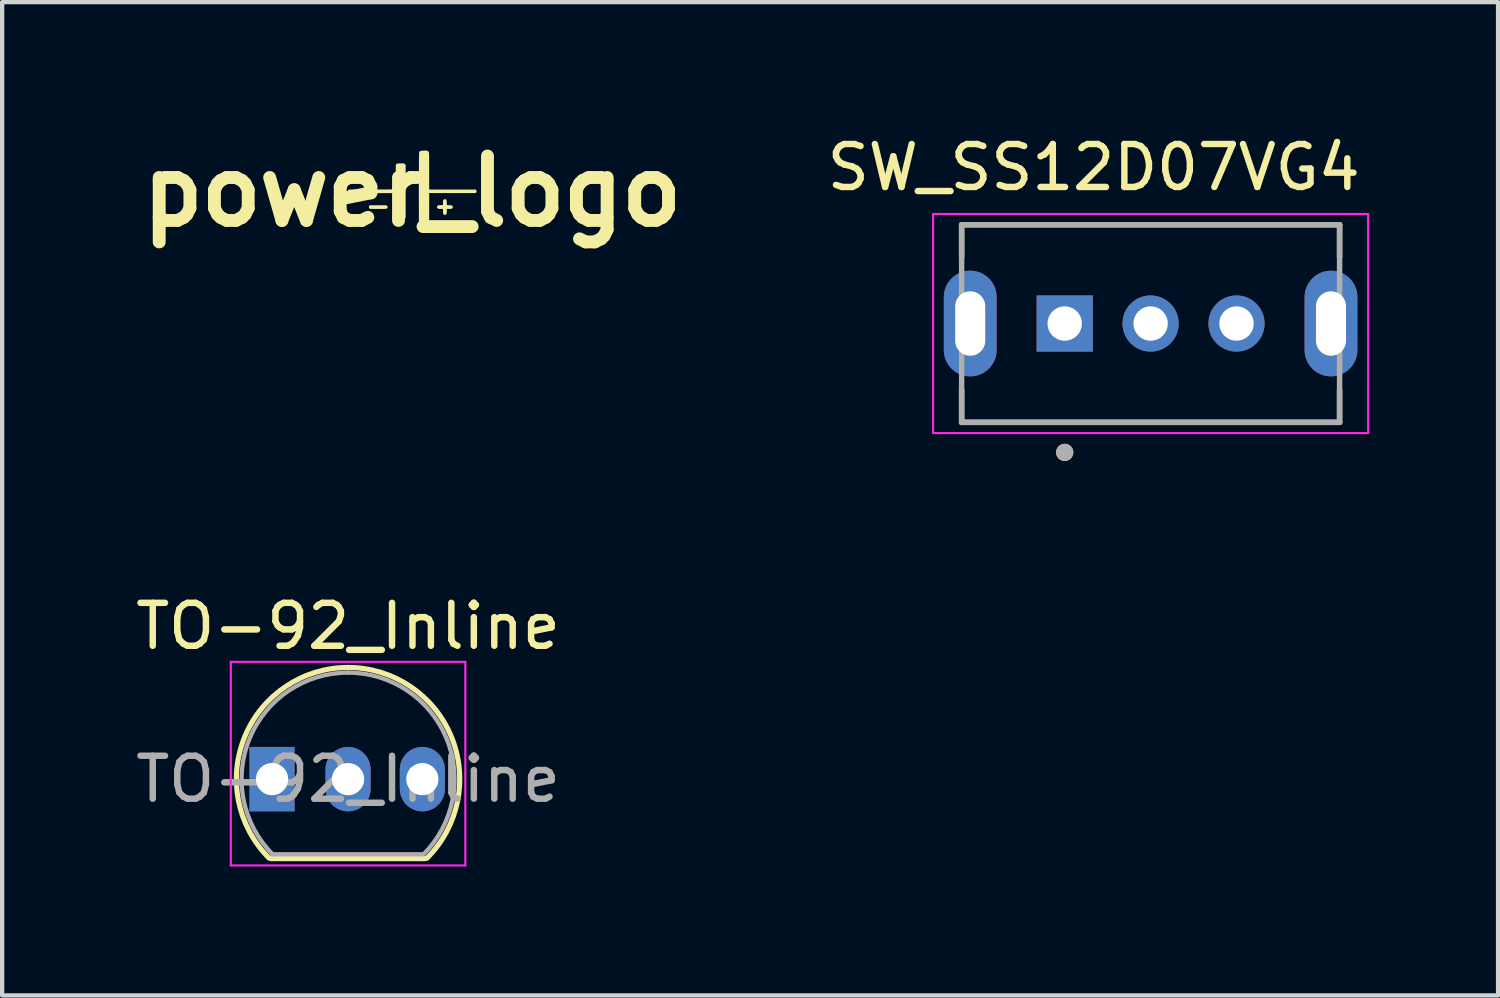
<source format=kicad_pcb>
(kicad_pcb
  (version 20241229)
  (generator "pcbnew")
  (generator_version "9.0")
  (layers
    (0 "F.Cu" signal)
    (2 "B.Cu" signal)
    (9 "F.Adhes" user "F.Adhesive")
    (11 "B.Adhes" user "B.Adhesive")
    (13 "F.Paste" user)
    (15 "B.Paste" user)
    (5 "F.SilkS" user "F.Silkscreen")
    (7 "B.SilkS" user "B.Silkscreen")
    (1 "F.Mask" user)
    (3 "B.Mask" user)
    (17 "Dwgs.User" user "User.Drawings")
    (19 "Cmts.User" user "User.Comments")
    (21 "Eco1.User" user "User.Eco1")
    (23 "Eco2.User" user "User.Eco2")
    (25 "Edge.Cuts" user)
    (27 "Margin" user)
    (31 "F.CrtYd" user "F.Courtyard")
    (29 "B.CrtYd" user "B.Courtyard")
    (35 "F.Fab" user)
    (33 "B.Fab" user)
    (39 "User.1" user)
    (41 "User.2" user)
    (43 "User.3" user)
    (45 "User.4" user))
  (footprint "TO-92_Inline"
    (layer "F.Cu")
    (at 3.784 15.091)
    (property "Reference" "TO-92_Inline" (at 1.27 -3.56 0) (layer "F.SilkS") (effects (font (size 1 1) (thickness 0.15))))
    (attr through_hole)
    (fp_line (start -0.53 1.85) (end 3.07 1.85) (stroke (width 0.12) (type solid)) (layer "F.SilkS"))
    (fp_arc (start -0.568478 1.838478) (mid -1.132087 -0.994977) (end 1.27 -2.6) (stroke (width 0.12) (type solid)) (layer "F.SilkS"))
    (fp_arc (start 1.27 -2.6) (mid 3.672087 -0.994977) (end 3.108478 1.838478) (stroke (width 0.12) (type solid)) (layer "F.SilkS"))
    (fp_line (start -1.46 -2.73) (end -1.46 2.01) (stroke (width 0.05) (type solid)) (layer "F.CrtYd"))
    (fp_line (start -1.46 -2.73) (end 4 -2.73) (stroke (width 0.05) (type solid)) (layer "F.CrtYd"))
    (fp_line (start 4 2.01) (end -1.46 2.01) (stroke (width 0.05) (type solid)) (layer "F.CrtYd"))
    (fp_line (start 4 2.01) (end 4 -2.73) (stroke (width 0.05) (type solid)) (layer "F.CrtYd"))
    (fp_line (start -0.5 1.75) (end 3 1.75) (stroke (width 0.1) (type solid)) (layer "F.Fab"))
    (fp_arc (start -0.483625 1.753625) (mid -1.021221 -0.949055) (end 1.27 -2.48) (stroke (width 0.1) (type solid)) (layer "F.Fab"))
    (fp_arc (start 1.27 -2.48) (mid 3.561221 -0.949055) (end 3.023625 1.753625) (stroke (width 0.1) (type solid)) (layer "F.Fab"))
    (fp_text user "${REFERENCE}" (at 1.27 0 0) (layer "F.Fab") (effects (font (size 1 1) (thickness 0.15))))
    (pad "1" thru_hole rect (at -0.5 0) (size 1.05 1.5) (drill 0.75) (layers "*.Cu" "*.Mask"))
    (pad "2" thru_hole oval (at 1.27 0) (size 1.05 1.5) (drill 0.75) (layers "*.Cu" "*.Mask"))
    (pad "3" thru_hole oval (at 3 0) (size 1.05 1.5) (drill 0.75) (layers "*.Cu" "*.Mask")))
  (footprint "power_logo"
    (layer "F.Cu")
    (at 6.55 1.404)
    (property "Reference" "power_logo" (at 0 0 0) (layer "F.SilkS") (effects (font (size 1.5 1.5) (thickness 0.3))))
    (attr board_only exclude_from_pos_files exclude_from_bom)
    (fp_poly (pts (xy -0.742 0.325) (xy -0.699 0.325) (xy -0.665 0.326) (xy -0.64 0.326) (xy -0.621 0.327) (xy -0.608 0.328) (xy -0.599 0.33) (xy -0.592 0.332) (xy -0.588 0.335) (xy -0.587 0.336) (xy -0.576 0.353) (xy -0.575 0.373) (xy -0.583 0.391) (xy -0.59 0.398) (xy -0.594 0.401) (xy -0.6 0.404) (xy -0.607 0.406) (xy -0.618 0.408) (xy -0.634 0.409) (xy -0.655 0.41) (xy -0.684 0.41) (xy -0.721 0.41) (xy -0.768 0.41) (xy -0.795 0.41) (xy -0.985 0.41) (xy -1 0.396) (xy -1.012 0.377) (xy -1.012 0.357) (xy -1.003 0.339) (xy -0.991 0.325) (xy -0.795 0.325)) (stroke (width 0) (type solid)) (fill yes) (layer "F.SilkS"))
    (fp_poly (pts (xy -0.175 -0.634) (xy -0.155 -0.616) (xy -0.155 0) (xy -0.155 0.616) (xy -0.174 0.633) (xy -0.183 0.64) (xy -0.19 0.645) (xy -0.2 0.648) (xy -0.213 0.65) (xy -0.233 0.65) (xy -0.263 0.65) (xy -0.268 0.65) (xy -0.298 0.65) (xy -0.324 0.649) (xy -0.343 0.647) (xy -0.354 0.645) (xy -0.355 0.645) (xy -0.361 0.642) (xy -0.367 0.639) (xy -0.371 0.635) (xy -0.375 0.629) (xy -0.378 0.619) (xy -0.38 0.605) (xy -0.382 0.586) (xy -0.383 0.56) (xy -0.384 0.528) (xy -0.385 0.487) (xy -0.386 0.437) (xy -0.386 0.378) (xy -0.387 0.332) (xy -0.39 0.044) (xy -0.933 0.042) (xy -1.476 0.041) (xy -1.488 0.026) (xy -1.498 0.008) (xy -1.498 -0.009) (xy -1.488 -0.026) (xy -1.476 -0.041) (xy -0.933 -0.042) (xy -0.39 -0.044) (xy -0.387 -0.332) (xy -0.384 -0.621) (xy -0.371 -0.634) (xy -0.364 -0.64) (xy -0.357 -0.643) (xy -0.346 -0.646) (xy -0.33 -0.648) (xy -0.307 -0.649) (xy -0.276 -0.649) (xy -0.195 -0.651)) (stroke (width 0) (type solid)) (fill yes) (layer "F.SilkS"))
    (fp_poly (pts (xy 0.784 0.192) (xy 0.794 0.206) (xy 0.8 0.224) (xy 0.802 0.252) (xy 0.803 0.272) (xy 0.803 0.321) (xy 0.861 0.323) (xy 0.892 0.325) (xy 0.913 0.328) (xy 0.927 0.334) (xy 0.935 0.343) (xy 0.94 0.356) (xy 0.941 0.362) (xy 0.942 0.377) (xy 0.935 0.389) (xy 0.93 0.395) (xy 0.922 0.402) (xy 0.913 0.407) (xy 0.902 0.409) (xy 0.883 0.41) (xy 0.859 0.41) (xy 0.804 0.41) (xy 0.802 0.469) (xy 0.801 0.497) (xy 0.799 0.515) (xy 0.796 0.526) (xy 0.792 0.534) (xy 0.786 0.54) (xy 0.766 0.55) (xy 0.746 0.549) (xy 0.729 0.538) (xy 0.727 0.535) (xy 0.721 0.526) (xy 0.718 0.515) (xy 0.716 0.499) (xy 0.715 0.474) (xy 0.715 0.465) (xy 0.715 0.41) (xy 0.66 0.41) (xy 0.633 0.41) (xy 0.615 0.408) (xy 0.602 0.405) (xy 0.593 0.4) (xy 0.59 0.398) (xy 0.577 0.382) (xy 0.574 0.363) (xy 0.58 0.344) (xy 0.587 0.336) (xy 0.595 0.331) (xy 0.607 0.327) (xy 0.625 0.325) (xy 0.652 0.323) (xy 0.657 0.323) (xy 0.715 0.321) (xy 0.715 0.266) (xy 0.715 0.24) (xy 0.716 0.222) (xy 0.719 0.211) (xy 0.724 0.202) (xy 0.729 0.196) (xy 0.748 0.184) (xy 0.767 0.182)) (stroke (width 0) (type solid)) (fill yes) (layer "F.SilkS"))
    (fp_poly (pts (xy 0.328 -0.947) (xy 0.35 -0.943) (xy 0.366 -0.935) (xy 0.378 -0.924) (xy 0.381 -0.918) (xy 0.384 -0.914) (xy 0.385 -0.91) (xy 0.387 -0.903) (xy 0.388 -0.894) (xy 0.389 -0.882) (xy 0.39 -0.866) (xy 0.391 -0.845) (xy 0.392 -0.818) (xy 0.392 -0.785) (xy 0.392 -0.744) (xy 0.392 -0.695) (xy 0.393 -0.637) (xy 0.393 -0.569) (xy 0.393 -0.49) (xy 0.393 -0.47) (xy 0.393 -0.041) (xy 0.934 -0.041) (xy 1.476 -0.041) (xy 1.488 -0.026) (xy 1.498 -0.008) (xy 1.498 0.009) (xy 1.488 0.026) (xy 1.476 0.041) (xy 0.934 0.041) (xy 0.393 0.041) (xy 0.393 0.469) (xy 0.393 0.553) (xy 0.393 0.626) (xy 0.393 0.689) (xy 0.392 0.742) (xy 0.392 0.787) (xy 0.391 0.824) (xy 0.39 0.854) (xy 0.388 0.878) (xy 0.386 0.896) (xy 0.384 0.91) (xy 0.381 0.92) (xy 0.377 0.927) (xy 0.372 0.932) (xy 0.367 0.936) (xy 0.361 0.938) (xy 0.354 0.941) (xy 0.333 0.946) (xy 0.301 0.948) (xy 0.26 0.947) (xy 0.219 0.944) (xy 0.193 0.94) (xy 0.176 0.933) (xy 0.165 0.921) (xy 0.158 0.903) (xy 0.158 0.895) (xy 0.157 0.875) (xy 0.156 0.845) (xy 0.155 0.806) (xy 0.155 0.758) (xy 0.154 0.703) (xy 0.154 0.64) (xy 0.153 0.571) (xy 0.153 0.497) (xy 0.153 0.419) (xy 0.153 0.336) (xy 0.152 0.251) (xy 0.152 0.163) (xy 0.152 0.074) (xy 0.152 -0.016) (xy 0.152 -0.106) (xy 0.152 -0.195) (xy 0.153 -0.282) (xy 0.153 -0.366) (xy 0.153 -0.447) (xy 0.153 -0.525) (xy 0.154 -0.597) (xy 0.154 -0.663) (xy 0.155 -0.724) (xy 0.155 -0.776) (xy 0.156 -0.821) (xy 0.157 -0.857) (xy 0.157 -0.884) (xy 0.158 -0.9) (xy 0.159 -0.904) (xy 0.164 -0.919) (xy 0.172 -0.929) (xy 0.185 -0.937) (xy 0.204 -0.942) (xy 0.232 -0.945) (xy 0.258 -0.947) (xy 0.298 -0.948)) (stroke (width 0) (type solid)) (fill yes) (layer "F.SilkS")))
  (footprint "SW_SS12D07VG4"
    (layer "F.Cu")
    (at 23.74 4.483)
    (property "Reference" "SW_SS12D07VG4" (at -1.325 -3.635 0) (layer "F.SilkS") (effects (font (size 1 1) (thickness 0.15))))
    (attr through_hole)
    (fp_line (start -4.4 -2.3) (end -4.4 -1.55) (stroke (width 0.127) (type solid)) (layer "F.SilkS"))
    (fp_line (start -4.4 2.3) (end -4.4 1.55) (stroke (width 0.127) (type solid)) (layer "F.SilkS"))
    (fp_line (start -4.4 2.3) (end 4.4 2.3) (stroke (width 0.127) (type solid)) (layer "F.SilkS"))
    (fp_line (start 4.4 -2.3) (end -4.4 -2.3) (stroke (width 0.127) (type solid)) (layer "F.SilkS"))
    (fp_line (start 4.4 -2.3) (end 4.4 -1.55) (stroke (width 0.127) (type solid)) (layer "F.SilkS"))
    (fp_line (start 4.4 2.3) (end 4.4 1.55) (stroke (width 0.127) (type solid)) (layer "F.SilkS"))
    (fp_circle (center -2 3) (end -1.9 3) (stroke (width 0.2) (type solid)) (fill no) (layer "F.SilkS"))
    (fp_line (start -5.065 -2.55) (end -5.065 2.55) (stroke (width 0.05) (type solid)) (layer "F.CrtYd"))
    (fp_line (start -5.065 2.55) (end 5.065 2.55) (stroke (width 0.05) (type solid)) (layer "F.CrtYd"))
    (fp_line (start 5.065 -2.55) (end -5.065 -2.55) (stroke (width 0.05) (type solid)) (layer "F.CrtYd"))
    (fp_line (start 5.065 2.55) (end 5.065 -2.55) (stroke (width 0.05) (type solid)) (layer "F.CrtYd"))
    (fp_line (start -4.4 -2.3) (end -4.4 2.3) (stroke (width 0.127) (type solid)) (layer "F.Fab"))
    (fp_line (start -4.4 2.3) (end 4.4 2.3) (stroke (width 0.127) (type solid)) (layer "F.Fab"))
    (fp_line (start 4.4 -2.3) (end -4.4 -2.3) (stroke (width 0.127) (type solid)) (layer "F.Fab"))
    (fp_line (start 4.4 2.3) (end 4.4 -2.3) (stroke (width 0.127) (type solid)) (layer "F.Fab"))
    (fp_circle (center -2 3) (end -1.9 3) (stroke (width 0.2) (type solid)) (fill no) (layer "F.Fab"))
    (pad "1" thru_hole rect (at -2 0) (size 1.308 1.308) (drill 0.8) (layers "*.Cu" "*.Mask"))
    (pad "2" thru_hole circle (at 0 0) (size 1.308 1.308) (drill 0.8) (layers "*.Cu" "*.Mask"))
    (pad "3" thru_hole circle (at 2 0) (size 1.308 1.308) (drill 0.8) (layers "*.Cu" "*.Mask"))
    (pad "S1" thru_hole oval (at -4.2 0) (size 1.23 2.46) (drill oval 0.7 1.5) (layers "*.Cu" "*.Mask"))
    (pad "S2" thru_hole oval (at 4.2 0) (size 1.23 2.46) (drill oval 0.7 1.5) (layers "*.Cu" "*.Mask")))
  (gr_rect
    (start -3 -3)
    (end 31.83 20.127)
    (stroke (width 0.1) (type default))
    (fill no)
    (layer "Edge.Cuts")))
</source>
